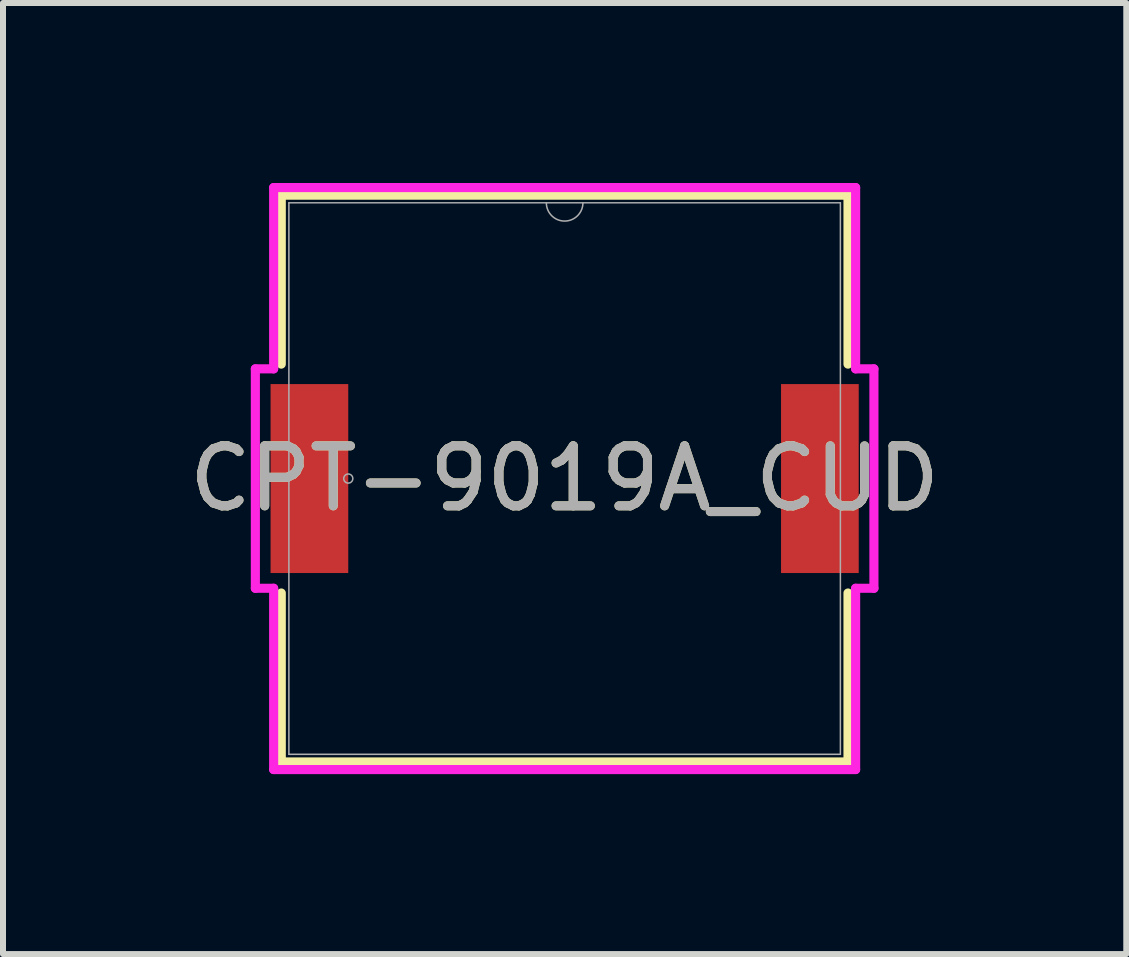
<source format=kicad_pcb>
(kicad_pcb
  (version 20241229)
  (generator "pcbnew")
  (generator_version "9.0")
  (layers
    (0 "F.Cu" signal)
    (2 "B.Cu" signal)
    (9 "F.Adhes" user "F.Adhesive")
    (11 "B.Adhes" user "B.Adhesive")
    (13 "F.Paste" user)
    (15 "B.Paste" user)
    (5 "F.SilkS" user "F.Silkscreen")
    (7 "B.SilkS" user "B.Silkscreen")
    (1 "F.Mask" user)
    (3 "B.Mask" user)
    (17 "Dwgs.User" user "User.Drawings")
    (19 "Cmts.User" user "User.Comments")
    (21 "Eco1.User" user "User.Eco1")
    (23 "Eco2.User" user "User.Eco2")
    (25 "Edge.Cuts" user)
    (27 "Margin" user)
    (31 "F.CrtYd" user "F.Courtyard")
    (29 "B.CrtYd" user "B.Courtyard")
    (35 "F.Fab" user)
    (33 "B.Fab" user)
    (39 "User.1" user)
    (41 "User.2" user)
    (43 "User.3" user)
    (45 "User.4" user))
  (footprint "CPT-9019A_CUD"
    (layer "F.Cu")
    (at 6.363 4.928)
    (property "Reference" "CPT-9019A_CUD" (at 0 0 0) (unlocked yes) (layer "F.SilkS") (effects (font (size 1 1) (thickness 0.15))))
    (attr smd)
    (fp_line (start -4.724 -4.724) (end -4.724 -1.908) (stroke (width 0.152) (type solid)) (layer "F.SilkS"))
    (fp_line (start -4.724 1.908) (end -4.724 4.724) (stroke (width 0.152) (type solid)) (layer "F.SilkS"))
    (fp_line (start -4.724 4.724) (end 4.724 4.724) (stroke (width 0.152) (type solid)) (layer "F.SilkS"))
    (fp_line (start 4.724 -4.724) (end -4.724 -4.724) (stroke (width 0.152) (type solid)) (layer "F.SilkS"))
    (fp_line (start 4.724 -1.908) (end 4.724 -4.724) (stroke (width 0.152) (type solid)) (layer "F.SilkS"))
    (fp_line (start 4.724 4.724) (end 4.724 1.908) (stroke (width 0.152) (type solid)) (layer "F.SilkS"))
    (fp_line (start -5.156 -1.829) (end -4.851 -1.829) (stroke (width 0.152) (type solid)) (layer "F.CrtYd"))
    (fp_line (start -5.156 1.829) (end -5.156 -1.829) (stroke (width 0.152) (type solid)) (layer "F.CrtYd"))
    (fp_line (start -5.156 1.829) (end -4.851 1.829) (stroke (width 0.152) (type solid)) (layer "F.CrtYd"))
    (fp_line (start -4.851 -4.851) (end 4.851 -4.851) (stroke (width 0.152) (type solid)) (layer "F.CrtYd"))
    (fp_line (start -4.851 -1.829) (end -4.851 -4.851) (stroke (width 0.152) (type solid)) (layer "F.CrtYd"))
    (fp_line (start -4.851 4.851) (end -4.851 1.829) (stroke (width 0.152) (type solid)) (layer "F.CrtYd"))
    (fp_line (start 4.851 -4.851) (end 4.851 -1.829) (stroke (width 0.152) (type solid)) (layer "F.CrtYd"))
    (fp_line (start 4.851 1.829) (end 4.851 4.851) (stroke (width 0.152) (type solid)) (layer "F.CrtYd"))
    (fp_line (start 4.851 4.851) (end -4.851 4.851) (stroke (width 0.152) (type solid)) (layer "F.CrtYd"))
    (fp_line (start 5.156 -1.829) (end 4.851 -1.829) (stroke (width 0.152) (type solid)) (layer "F.CrtYd"))
    (fp_line (start 5.156 -1.829) (end 5.156 1.829) (stroke (width 0.152) (type solid)) (layer "F.CrtYd"))
    (fp_line (start 5.156 1.829) (end 4.851 1.829) (stroke (width 0.152) (type solid)) (layer "F.CrtYd"))
    (fp_line (start -4.597 -4.597) (end -4.597 4.597) (stroke (width 0.025) (type solid)) (layer "F.Fab"))
    (fp_line (start -4.597 4.597) (end 4.597 4.597) (stroke (width 0.025) (type solid)) (layer "F.Fab"))
    (fp_line (start 4.597 -4.597) (end -4.597 -4.597) (stroke (width 0.025) (type solid)) (layer "F.Fab"))
    (fp_line (start 4.597 4.597) (end 4.597 -4.597) (stroke (width 0.025) (type solid)) (layer "F.Fab"))
    (fp_arc (start 0.3048 -4.5974) (mid 0 -4.2926) (end -0.3048 -4.5974) (stroke (width 0.0254) (type solid)) (layer "F.Fab"))
    (fp_circle (center -3.607 0) (end -3.531 0) (stroke (width 0.025) (type solid)) (fill no) (layer "F.Fab"))
    (fp_text user "${REFERENCE}" (at 0 0 0) (unlocked yes) (layer "F.Fab") (effects (font (size 1 1) (thickness 0.15))))
    (pad "1" smd rect (at -4.255 0) (size 1.295 3.15) (layers "F.Cu" "F.Mask" "F.Paste"))
    (pad "2" smd rect (at 4.255 0) (size 1.295 3.15) (layers "F.Cu" "F.Mask" "F.Paste")))
  (gr_rect
    (start -3 -3)
    (end 15.726 12.855)
    (stroke (width 0.1) (type default))
    (fill no)
    (layer "Edge.Cuts")))
</source>
